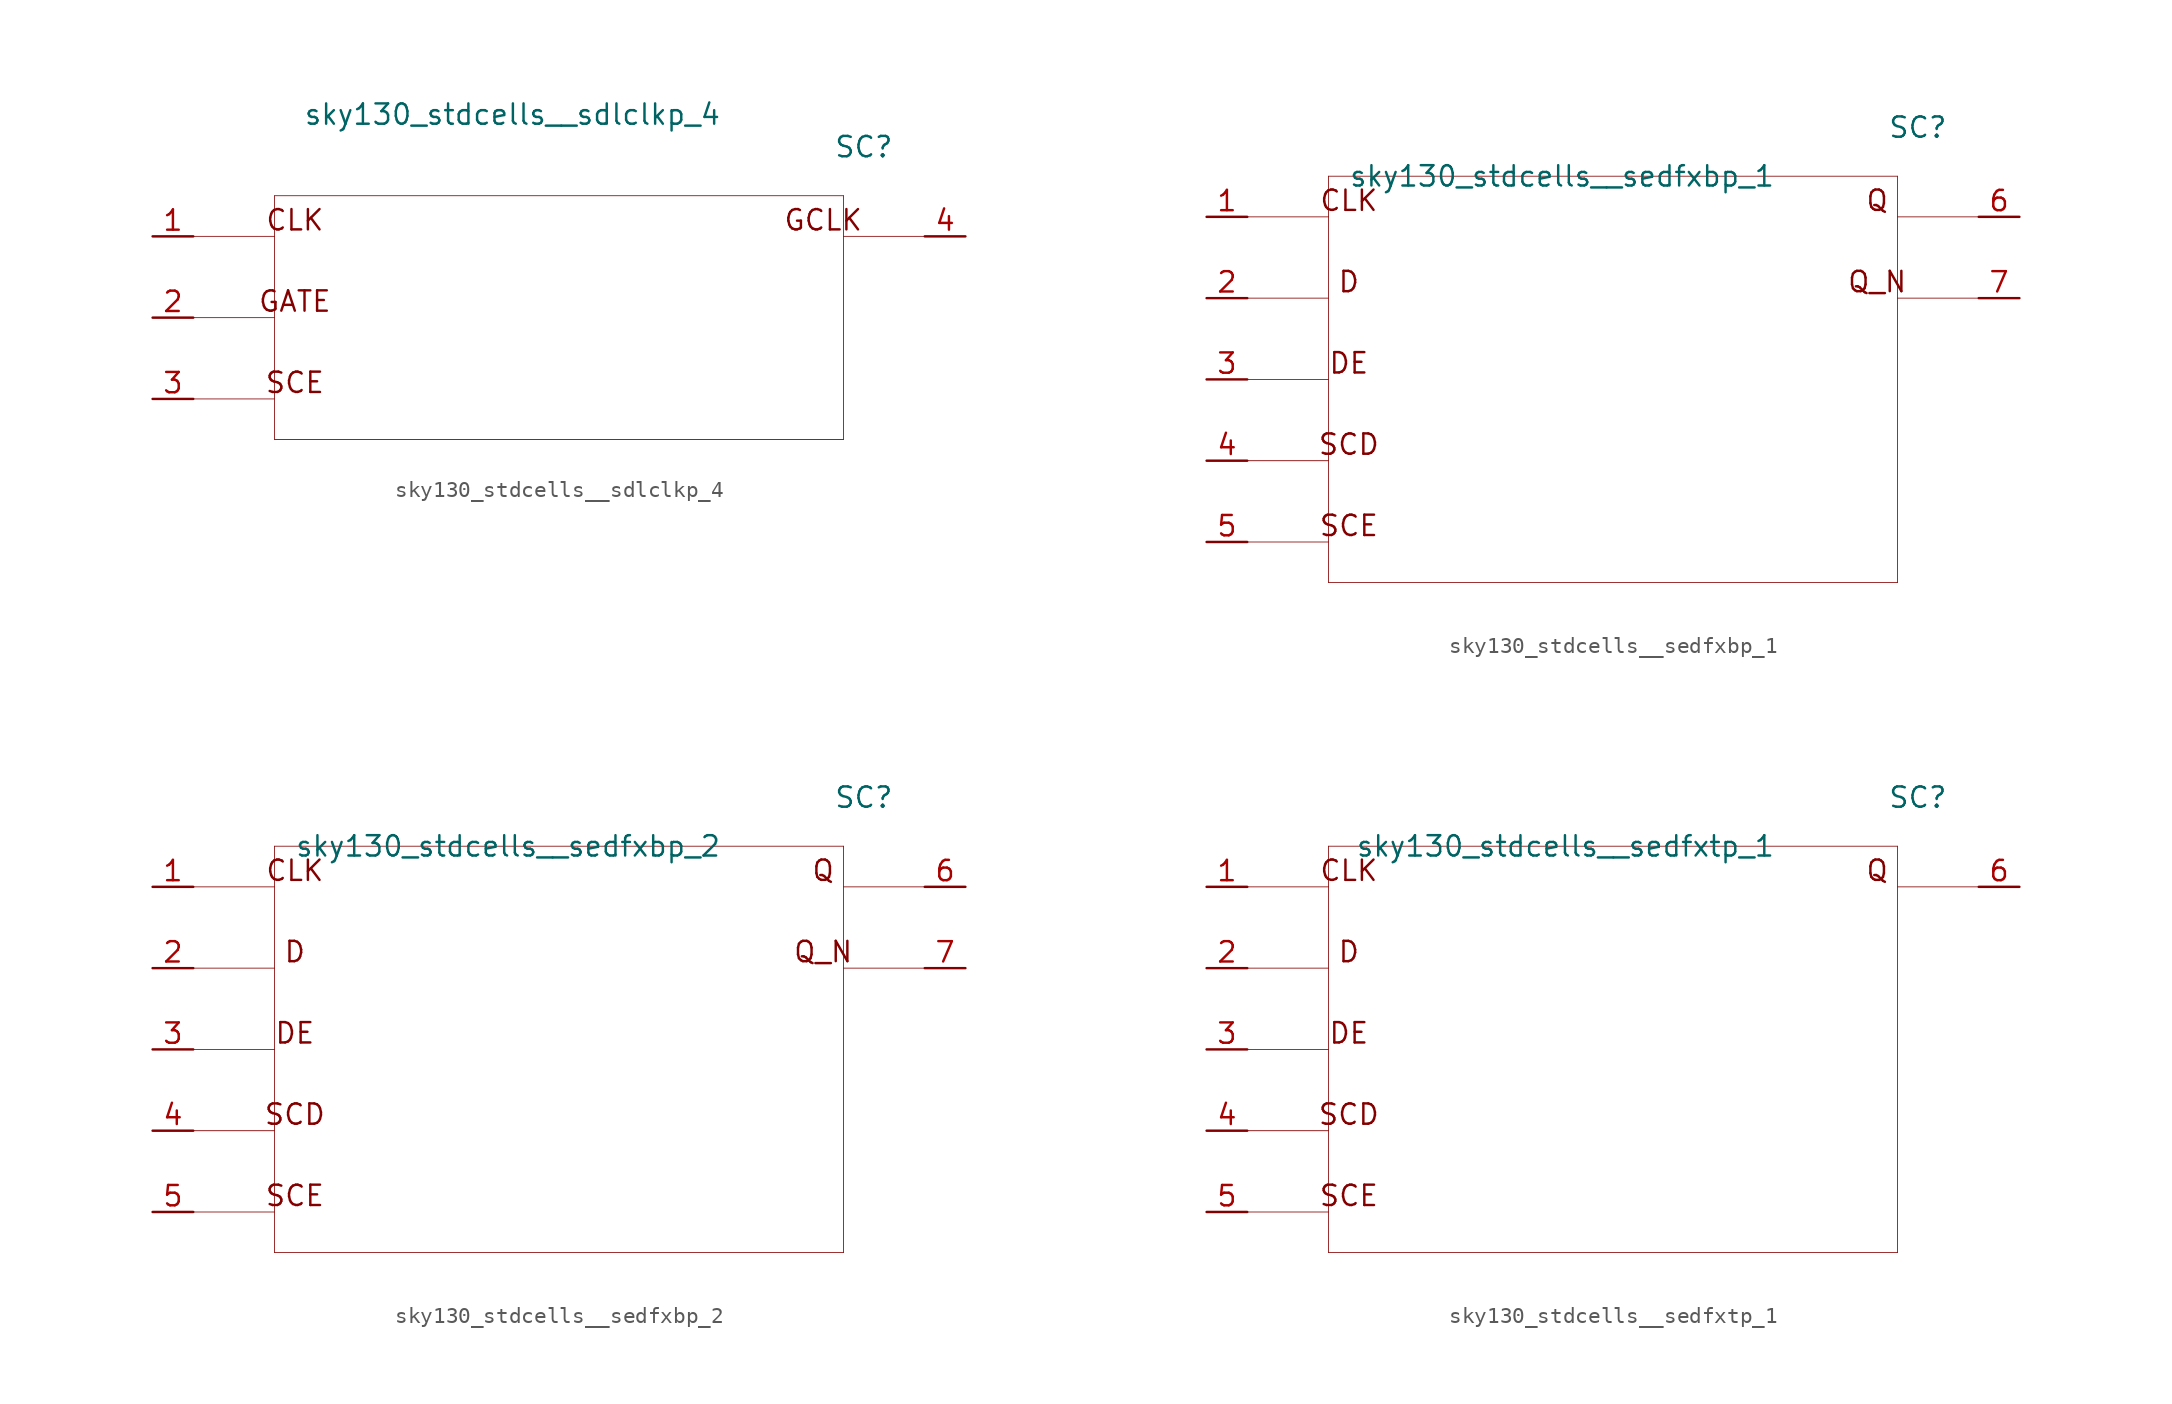
<source format=kicad_sym>
(kicad_symbol_lib
  (version 20211014)
  (generator kicad_symbol_editor)
  (symbol "sky130_stdcells__sdlclkp_4"
    (pin_names hide)
    (property "Reference" "SC"
      (at 19.05 10.668 0)
      (effects (font (size 1.27 1.27))))
    (property "Value" "sky130_stdcells__sdlclkp_4"
      (at 10.16 12.7 0)
      (effects (font (size 1.27 1.27)) (justify right)))
    (symbol "sky130_stdcells__sdlclkp_4_0_0"
      (polyline (pts (xy -22.86 -5.08) (xy -17.78 -5.08)) (stroke (width 0.051) (type default) (color 0 0 0 0)) (fill (type none)))
      (polyline (pts (xy -22.86 0) (xy -17.78 0)) (stroke (width 0.051) (type default) (color 0 0 0 0)) (fill (type none)))
      (polyline (pts (xy -22.86 5.08) (xy -17.78 5.08)) (stroke (width 0.051) (type default) (color 0 0 0 0)) (fill (type none)))
      (polyline (pts (xy -17.78 -7.62) (xy 17.78 -7.62)) (stroke (width 0.051) (type default) (color 0 0 0 0)) (fill (type none)))
      (polyline (pts (xy -17.78 7.62) (xy -17.78 -7.62)) (stroke (width 0.051) (type default) (color 0 0 0 0)) (fill (type none)))
      (polyline (pts (xy -17.78 7.62) (xy 17.78 7.62)) (stroke (width 0.051) (type default) (color 0 0 0 0)) (fill (type none)))
      (polyline (pts (xy 17.78 5.08) (xy 22.86 5.08)) (stroke (width 0.051) (type default) (color 0 0 0 0)) (fill (type none)))
      (polyline (pts (xy 17.78 7.62) (xy 17.78 -7.62)) (stroke (width 0.051) (type default) (color 0 0 0 0)) (fill (type none)))
      (text "CLK" (at -16.51 6.096 0) (effects (font (size 1.27 1.27))))
      (text "GATE" (at -16.51 1.016 0) (effects (font (size 1.27 1.27))))
      (text "GCLK" (at 16.51 6.096 0) (effects (font (size 1.27 1.27))))
      (text "SCE" (at -16.51 -4.064 0) (effects (font (size 1.27 1.27)))))
    (symbol "sky130_stdcells__sdlclkp_4_1_1"
      (pin input line (at -25.4 5.08 0) (length 2.54) (name "CLK" (effects (font (size 1.092 1.092)))) (number "1" (effects (font (size 1.27 1.27)))))
      (pin input line (at -25.4 0 0) (length 2.54) (name "GATE" (effects (font (size 1.092 1.092)))) (number "2" (effects (font (size 1.27 1.27)))))
      (pin input line (at -25.4 -5.08 0) (length 2.54) (name "SCE" (effects (font (size 1.092 1.092)))) (number "3" (effects (font (size 1.27 1.27)))))
      (pin output line (at 25.4 5.08 180) (length 2.54) (name "GCLK" (effects (font (size 1.092 1.092)))) (number "4" (effects (font (size 1.27 1.27)))))))
  (symbol "sky130_stdcells__sedfxbp_1"
    (pin_names hide)
    (property "Reference" "SC"
      (at 19.05 15.748 0)
      (effects (font (size 1.27 1.27))))
    (property "Value" "sky130_stdcells__sedfxbp_1"
      (at 10.16 12.7 0)
      (effects (font (size 1.27 1.27)) (justify right)))
    (symbol "sky130_stdcells__sedfxbp_1_0_0"
      (polyline (pts (xy -22.86 -10.16) (xy -17.78 -10.16)) (stroke (width 0.051) (type default) (color 0 0 0 0)) (fill (type none)))
      (polyline (pts (xy -22.86 -5.08) (xy -17.78 -5.08)) (stroke (width 0.051) (type default) (color 0 0 0 0)) (fill (type none)))
      (polyline (pts (xy -22.86 0) (xy -17.78 0)) (stroke (width 0.051) (type default) (color 0 0 0 0)) (fill (type none)))
      (polyline (pts (xy -22.86 5.08) (xy -17.78 5.08)) (stroke (width 0.051) (type default) (color 0 0 0 0)) (fill (type none)))
      (polyline (pts (xy -22.86 10.16) (xy -17.78 10.16)) (stroke (width 0.051) (type default) (color 0 0 0 0)) (fill (type none)))
      (polyline (pts (xy -17.78 -12.7) (xy 17.78 -12.7)) (stroke (width 0.051) (type default) (color 0 0 0 0)) (fill (type none)))
      (polyline (pts (xy -17.78 12.7) (xy -17.78 -12.7)) (stroke (width 0.051) (type default) (color 0 0 0 0)) (fill (type none)))
      (polyline (pts (xy -17.78 12.7) (xy 17.78 12.7)) (stroke (width 0.051) (type default) (color 0 0 0 0)) (fill (type none)))
      (polyline (pts (xy 17.78 5.08) (xy 22.86 5.08)) (stroke (width 0.051) (type default) (color 0 0 0 0)) (fill (type none)))
      (polyline (pts (xy 17.78 10.16) (xy 22.86 10.16)) (stroke (width 0.051) (type default) (color 0 0 0 0)) (fill (type none)))
      (polyline (pts (xy 17.78 12.7) (xy 17.78 -12.7)) (stroke (width 0.051) (type default) (color 0 0 0 0)) (fill (type none)))
      (text "CLK" (at -16.51 11.176 0) (effects (font (size 1.27 1.27))))
      (text "D" (at -16.51 6.096 0) (effects (font (size 1.27 1.27))))
      (text "DE" (at -16.51 1.016 0) (effects (font (size 1.27 1.27))))
      (text "Q" (at 16.51 11.176 0) (effects (font (size 1.27 1.27))))
      (text "Q_N" (at 16.51 6.096 0) (effects (font (size 1.27 1.27))))
      (text "SCD" (at -16.51 -4.064 0) (effects (font (size 1.27 1.27))))
      (text "SCE" (at -16.51 -9.144 0) (effects (font (size 1.27 1.27)))))
    (symbol "sky130_stdcells__sedfxbp_1_1_1"
      (pin input line (at -25.4 10.16 0) (length 2.54) (name "CLK" (effects (font (size 1.092 1.092)))) (number "1" (effects (font (size 1.27 1.27)))))
      (pin input line (at -25.4 5.08 0) (length 2.54) (name "D" (effects (font (size 1.092 1.092)))) (number "2" (effects (font (size 1.27 1.27)))))
      (pin input line (at -25.4 0 0) (length 2.54) (name "DE" (effects (font (size 1.092 1.092)))) (number "3" (effects (font (size 1.27 1.27)))))
      (pin input line (at -25.4 -5.08 0) (length 2.54) (name "SCD" (effects (font (size 1.092 1.092)))) (number "4" (effects (font (size 1.27 1.27)))))
      (pin input line (at -25.4 -10.16 0) (length 2.54) (name "SCE" (effects (font (size 1.092 1.092)))) (number "5" (effects (font (size 1.27 1.27)))))
      (pin output line (at 25.4 10.16 180) (length 2.54) (name "Q" (effects (font (size 1.092 1.092)))) (number "6" (effects (font (size 1.27 1.27)))))
      (pin output line (at 25.4 5.08 180) (length 2.54) (name "Q_N" (effects (font (size 1.092 1.092)))) (number "7" (effects (font (size 1.27 1.27)))))))
  (symbol "sky130_stdcells__sedfxbp_2"
    (pin_names hide)
    (property "Reference" "SC"
      (at 19.05 15.748 0)
      (effects (font (size 1.27 1.27))))
    (property "Value" "sky130_stdcells__sedfxbp_2"
      (at 10.16 12.7 0)
      (effects (font (size 1.27 1.27)) (justify right)))
    (symbol "sky130_stdcells__sedfxbp_2_0_0"
      (polyline (pts (xy -22.86 -10.16) (xy -17.78 -10.16)) (stroke (width 0.051) (type default) (color 0 0 0 0)) (fill (type none)))
      (polyline (pts (xy -22.86 -5.08) (xy -17.78 -5.08)) (stroke (width 0.051) (type default) (color 0 0 0 0)) (fill (type none)))
      (polyline (pts (xy -22.86 0) (xy -17.78 0)) (stroke (width 0.051) (type default) (color 0 0 0 0)) (fill (type none)))
      (polyline (pts (xy -22.86 5.08) (xy -17.78 5.08)) (stroke (width 0.051) (type default) (color 0 0 0 0)) (fill (type none)))
      (polyline (pts (xy -22.86 10.16) (xy -17.78 10.16)) (stroke (width 0.051) (type default) (color 0 0 0 0)) (fill (type none)))
      (polyline (pts (xy -17.78 -12.7) (xy 17.78 -12.7)) (stroke (width 0.051) (type default) (color 0 0 0 0)) (fill (type none)))
      (polyline (pts (xy -17.78 12.7) (xy -17.78 -12.7)) (stroke (width 0.051) (type default) (color 0 0 0 0)) (fill (type none)))
      (polyline (pts (xy -17.78 12.7) (xy 17.78 12.7)) (stroke (width 0.051) (type default) (color 0 0 0 0)) (fill (type none)))
      (polyline (pts (xy 17.78 5.08) (xy 22.86 5.08)) (stroke (width 0.051) (type default) (color 0 0 0 0)) (fill (type none)))
      (polyline (pts (xy 17.78 10.16) (xy 22.86 10.16)) (stroke (width 0.051) (type default) (color 0 0 0 0)) (fill (type none)))
      (polyline (pts (xy 17.78 12.7) (xy 17.78 -12.7)) (stroke (width 0.051) (type default) (color 0 0 0 0)) (fill (type none)))
      (text "CLK" (at -16.51 11.176 0) (effects (font (size 1.27 1.27))))
      (text "D" (at -16.51 6.096 0) (effects (font (size 1.27 1.27))))
      (text "DE" (at -16.51 1.016 0) (effects (font (size 1.27 1.27))))
      (text "Q" (at 16.51 11.176 0) (effects (font (size 1.27 1.27))))
      (text "Q_N" (at 16.51 6.096 0) (effects (font (size 1.27 1.27))))
      (text "SCD" (at -16.51 -4.064 0) (effects (font (size 1.27 1.27))))
      (text "SCE" (at -16.51 -9.144 0) (effects (font (size 1.27 1.27)))))
    (symbol "sky130_stdcells__sedfxbp_2_1_1"
      (pin input line (at -25.4 10.16 0) (length 2.54) (name "CLK" (effects (font (size 1.092 1.092)))) (number "1" (effects (font (size 1.27 1.27)))))
      (pin input line (at -25.4 5.08 0) (length 2.54) (name "D" (effects (font (size 1.092 1.092)))) (number "2" (effects (font (size 1.27 1.27)))))
      (pin input line (at -25.4 0 0) (length 2.54) (name "DE" (effects (font (size 1.092 1.092)))) (number "3" (effects (font (size 1.27 1.27)))))
      (pin input line (at -25.4 -5.08 0) (length 2.54) (name "SCD" (effects (font (size 1.092 1.092)))) (number "4" (effects (font (size 1.27 1.27)))))
      (pin input line (at -25.4 -10.16 0) (length 2.54) (name "SCE" (effects (font (size 1.092 1.092)))) (number "5" (effects (font (size 1.27 1.27)))))
      (pin output line (at 25.4 10.16 180) (length 2.54) (name "Q" (effects (font (size 1.092 1.092)))) (number "6" (effects (font (size 1.27 1.27)))))
      (pin output line (at 25.4 5.08 180) (length 2.54) (name "Q_N" (effects (font (size 1.092 1.092)))) (number "7" (effects (font (size 1.27 1.27)))))))
  (symbol "sky130_stdcells__sedfxtp_1"
    (pin_names hide)
    (property "Reference" "SC"
      (at 19.05 15.748 0)
      (effects (font (size 1.27 1.27))))
    (property "Value" "sky130_stdcells__sedfxtp_1"
      (at 10.16 12.7 0)
      (effects (font (size 1.27 1.27)) (justify right)))
    (symbol "sky130_stdcells__sedfxtp_1_0_0"
      (polyline (pts (xy -22.86 -10.16) (xy -17.78 -10.16)) (stroke (width 0.051) (type default) (color 0 0 0 0)) (fill (type none)))
      (polyline (pts (xy -22.86 -5.08) (xy -17.78 -5.08)) (stroke (width 0.051) (type default) (color 0 0 0 0)) (fill (type none)))
      (polyline (pts (xy -22.86 0) (xy -17.78 0)) (stroke (width 0.051) (type default) (color 0 0 0 0)) (fill (type none)))
      (polyline (pts (xy -22.86 5.08) (xy -17.78 5.08)) (stroke (width 0.051) (type default) (color 0 0 0 0)) (fill (type none)))
      (polyline (pts (xy -22.86 10.16) (xy -17.78 10.16)) (stroke (width 0.051) (type default) (color 0 0 0 0)) (fill (type none)))
      (polyline (pts (xy -17.78 -12.7) (xy 17.78 -12.7)) (stroke (width 0.051) (type default) (color 0 0 0 0)) (fill (type none)))
      (polyline (pts (xy -17.78 12.7) (xy -17.78 -12.7)) (stroke (width 0.051) (type default) (color 0 0 0 0)) (fill (type none)))
      (polyline (pts (xy -17.78 12.7) (xy 17.78 12.7)) (stroke (width 0.051) (type default) (color 0 0 0 0)) (fill (type none)))
      (polyline (pts (xy 17.78 10.16) (xy 22.86 10.16)) (stroke (width 0.051) (type default) (color 0 0 0 0)) (fill (type none)))
      (polyline (pts (xy 17.78 12.7) (xy 17.78 -12.7)) (stroke (width 0.051) (type default) (color 0 0 0 0)) (fill (type none)))
      (text "CLK" (at -16.51 11.176 0) (effects (font (size 1.27 1.27))))
      (text "D" (at -16.51 6.096 0) (effects (font (size 1.27 1.27))))
      (text "DE" (at -16.51 1.016 0) (effects (font (size 1.27 1.27))))
      (text "Q" (at 16.51 11.176 0) (effects (font (size 1.27 1.27))))
      (text "SCD" (at -16.51 -4.064 0) (effects (font (size 1.27 1.27))))
      (text "SCE" (at -16.51 -9.144 0) (effects (font (size 1.27 1.27)))))
    (symbol "sky130_stdcells__sedfxtp_1_1_1"
      (pin input line (at -25.4 10.16 0) (length 2.54) (name "CLK" (effects (font (size 1.092 1.092)))) (number "1" (effects (font (size 1.27 1.27)))))
      (pin input line (at -25.4 5.08 0) (length 2.54) (name "D" (effects (font (size 1.092 1.092)))) (number "2" (effects (font (size 1.27 1.27)))))
      (pin input line (at -25.4 0 0) (length 2.54) (name "DE" (effects (font (size 1.092 1.092)))) (number "3" (effects (font (size 1.27 1.27)))))
      (pin input line (at -25.4 -5.08 0) (length 2.54) (name "SCD" (effects (font (size 1.092 1.092)))) (number "4" (effects (font (size 1.27 1.27)))))
      (pin input line (at -25.4 -10.16 0) (length 2.54) (name "SCE" (effects (font (size 1.092 1.092)))) (number "5" (effects (font (size 1.27 1.27)))))
      (pin output line (at 25.4 10.16 180) (length 2.54) (name "Q" (effects (font (size 1.092 1.092)))) (number "6" (effects (font (size 1.27 1.27))))))))
</source>
